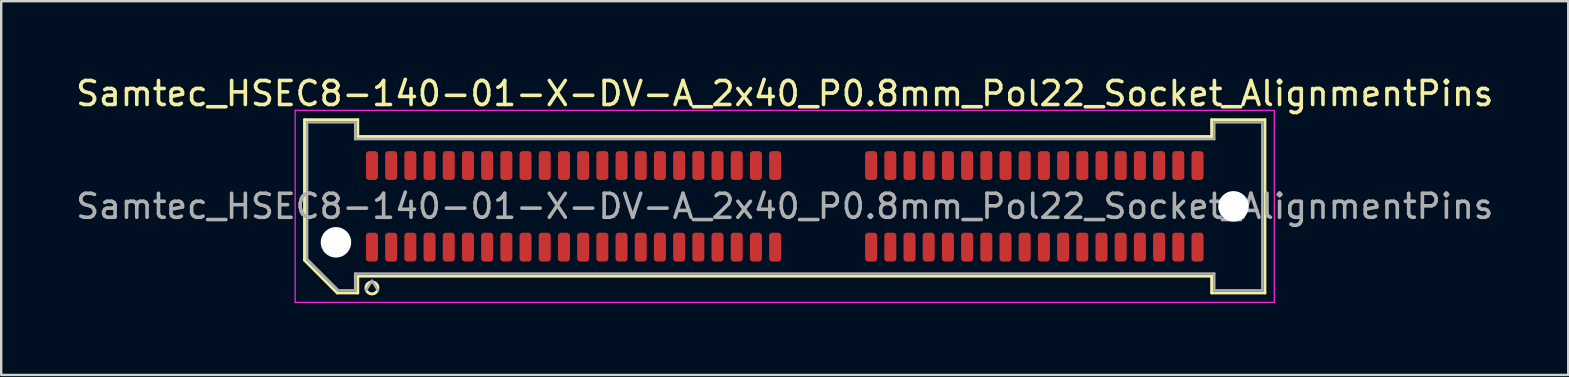
<source format=kicad_pcb>
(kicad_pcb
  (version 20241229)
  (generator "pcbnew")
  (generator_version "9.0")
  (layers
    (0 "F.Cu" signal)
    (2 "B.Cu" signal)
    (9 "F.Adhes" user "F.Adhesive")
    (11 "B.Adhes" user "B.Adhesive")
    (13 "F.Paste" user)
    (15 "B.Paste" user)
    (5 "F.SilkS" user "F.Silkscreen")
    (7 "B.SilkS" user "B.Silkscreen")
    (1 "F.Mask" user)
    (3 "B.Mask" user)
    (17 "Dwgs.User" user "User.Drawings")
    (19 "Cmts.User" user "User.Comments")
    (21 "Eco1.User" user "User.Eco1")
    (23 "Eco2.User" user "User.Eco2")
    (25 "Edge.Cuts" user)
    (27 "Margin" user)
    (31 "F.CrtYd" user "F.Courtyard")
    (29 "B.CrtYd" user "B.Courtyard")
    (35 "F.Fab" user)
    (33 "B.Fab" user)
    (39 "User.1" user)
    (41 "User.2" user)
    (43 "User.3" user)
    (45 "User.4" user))
  (footprint "Samtec_HSEC8-140-01-X-DV-A_2x40_P0.8mm_Pol22_Socket_AlignmentPins"
    (layer "F.Cu")
    (at 29.649 5.548)
    (property "Reference" "Samtec_HSEC8-140-01-X-DV-A_2x40_P0.8mm_Pol22_Socket_AlignmentPins" (at 0 -4.7 0) (layer "F.SilkS") (effects (font (size 1 1) (thickness 0.15))))
    (attr smd)
    (fp_line (start -20.01 -3.61) (end -17.79 -3.61) (stroke (width 0.12) (type solid)) (layer "F.SilkS"))
    (fp_line (start -20.01 2.246) (end -20.01 -3.61) (stroke (width 0.12) (type solid)) (layer "F.SilkS"))
    (fp_line (start -18.646 3.61) (end -20.01 2.246) (stroke (width 0.12) (type solid)) (layer "F.SilkS"))
    (fp_line (start -17.79 -3.61) (end -17.79 -2.91) (stroke (width 0.12) (type solid)) (layer "F.SilkS"))
    (fp_line (start -17.79 -2.91) (end 17.79 -2.91) (stroke (width 0.12) (type solid)) (layer "F.SilkS"))
    (fp_line (start -17.79 2.91) (end -17.79 3.61) (stroke (width 0.12) (type solid)) (layer "F.SilkS"))
    (fp_line (start -17.79 3.61) (end -18.646 3.61) (stroke (width 0.12) (type solid)) (layer "F.SilkS"))
    (fp_line (start 17.79 -3.61) (end 20.01 -3.61) (stroke (width 0.12) (type solid)) (layer "F.SilkS"))
    (fp_line (start 17.79 -2.91) (end 17.79 -3.61) (stroke (width 0.12) (type solid)) (layer "F.SilkS"))
    (fp_line (start 17.79 2.91) (end -17.79 2.91) (stroke (width 0.12) (type solid)) (layer "F.SilkS"))
    (fp_line (start 17.79 3.61) (end 17.79 2.91) (stroke (width 0.12) (type solid)) (layer "F.SilkS"))
    (fp_line (start 20.01 -3.61) (end 20.01 3.61) (stroke (width 0.12) (type solid)) (layer "F.SilkS"))
    (fp_line (start 20.01 3.61) (end 17.79 3.61) (stroke (width 0.12) (type solid)) (layer "F.SilkS"))
    (fp_arc (start -16.95 3.4) (mid -17.45 3.4) (end -16.95 3.4) (stroke (width 0.12) (type solid)) (layer "F.SilkS"))
    (fp_line (start -20.4 -4) (end -20.4 4) (stroke (width 0.05) (type solid)) (layer "F.CrtYd"))
    (fp_line (start -20.4 4) (end 20.4 4) (stroke (width 0.05) (type solid)) (layer "F.CrtYd"))
    (fp_line (start 20.4 -4) (end -20.4 -4) (stroke (width 0.05) (type solid)) (layer "F.CrtYd"))
    (fp_line (start 20.4 4) (end 20.4 -4) (stroke (width 0.05) (type solid)) (layer "F.CrtYd"))
    (fp_line (start -19.9 -3.5) (end -17.9 -3.5) (stroke (width 0.1) (type solid)) (layer "F.Fab"))
    (fp_line (start -19.9 2.2) (end -19.9 -3.5) (stroke (width 0.1) (type solid)) (layer "F.Fab"))
    (fp_line (start -18.6 3.5) (end -19.9 2.2) (stroke (width 0.1) (type solid)) (layer "F.Fab"))
    (fp_line (start -17.9 -3.5) (end -17.9 -2.8) (stroke (width 0.1) (type solid)) (layer "F.Fab"))
    (fp_line (start -17.9 -2.8) (end 17.9 -2.8) (stroke (width 0.1) (type solid)) (layer "F.Fab"))
    (fp_line (start -17.9 2.8) (end -17.9 3.5) (stroke (width 0.1) (type solid)) (layer "F.Fab"))
    (fp_line (start -17.9 3.5) (end -18.6 3.5) (stroke (width 0.1) (type solid)) (layer "F.Fab"))
    (fp_line (start -17.2 3.1) (end -17.45 3.5) (stroke (width 0.1) (type solid)) (layer "F.Fab"))
    (fp_line (start -17.2 3.1) (end -16.95 3.5) (stroke (width 0.1) (type solid)) (layer "F.Fab"))
    (fp_line (start 17.9 -3.5) (end 19.9 -3.5) (stroke (width 0.1) (type solid)) (layer "F.Fab"))
    (fp_line (start 17.9 -2.8) (end 17.9 -3.5) (stroke (width 0.1) (type solid)) (layer "F.Fab"))
    (fp_line (start 17.9 2.8) (end -17.9 2.8) (stroke (width 0.1) (type solid)) (layer "F.Fab"))
    (fp_line (start 17.9 3.5) (end 17.9 2.8) (stroke (width 0.1) (type solid)) (layer "F.Fab"))
    (fp_line (start 19.9 -3.5) (end 19.9 3.5) (stroke (width 0.1) (type solid)) (layer "F.Fab"))
    (fp_line (start 19.9 3.5) (end 17.9 3.5) (stroke (width 0.1) (type solid)) (layer "F.Fab"))
    (fp_text user "${REFERENCE}" (at 0 0 0) (layer "F.Fab") (effects (font (size 1 1) (thickness 0.15))))
    (pad "" np_thru_hole circle (at -18.7 1.5) (size 1.27 1.27) (drill 1.27) (layers "*.Cu" "*.Mask"))
    (pad "" np_thru_hole circle (at 18.7 0) (size 1.27 1.27) (drill 1.27) (layers "*.Cu" "*.Mask"))
    (pad "1" smd roundrect (at -17.2 1.7) (size 0.5 1.2) (layers "F.Cu" "F.Mask" "F.Paste") (roundrect_rratio 0.25))
    (pad "2" smd roundrect (at -17.2 -1.7) (size 0.5 1.2) (layers "F.Cu" "F.Mask" "F.Paste") (roundrect_rratio 0.25))
    (pad "3" smd roundrect (at -16.4 1.7) (size 0.5 1.2) (layers "F.Cu" "F.Mask" "F.Paste") (roundrect_rratio 0.25))
    (pad "4" smd roundrect (at -16.4 -1.7) (size 0.5 1.2) (layers "F.Cu" "F.Mask" "F.Paste") (roundrect_rratio 0.25))
    (pad "5" smd roundrect (at -15.6 1.7) (size 0.5 1.2) (layers "F.Cu" "F.Mask" "F.Paste") (roundrect_rratio 0.25))
    (pad "6" smd roundrect (at -15.6 -1.7) (size 0.5 1.2) (layers "F.Cu" "F.Mask" "F.Paste") (roundrect_rratio 0.25))
    (pad "7" smd roundrect (at -14.8 1.7) (size 0.5 1.2) (layers "F.Cu" "F.Mask" "F.Paste") (roundrect_rratio 0.25))
    (pad "8" smd roundrect (at -14.8 -1.7) (size 0.5 1.2) (layers "F.Cu" "F.Mask" "F.Paste") (roundrect_rratio 0.25))
    (pad "9" smd roundrect (at -14 1.7) (size 0.5 1.2) (layers "F.Cu" "F.Mask" "F.Paste") (roundrect_rratio 0.25))
    (pad "10" smd roundrect (at -14 -1.7) (size 0.5 1.2) (layers "F.Cu" "F.Mask" "F.Paste") (roundrect_rratio 0.25))
    (pad "11" smd roundrect (at -13.2 1.7) (size 0.5 1.2) (layers "F.Cu" "F.Mask" "F.Paste") (roundrect_rratio 0.25))
    (pad "12" smd roundrect (at -13.2 -1.7) (size 0.5 1.2) (layers "F.Cu" "F.Mask" "F.Paste") (roundrect_rratio 0.25))
    (pad "13" smd roundrect (at -12.4 1.7) (size 0.5 1.2) (layers "F.Cu" "F.Mask" "F.Paste") (roundrect_rratio 0.25))
    (pad "14" smd roundrect (at -12.4 -1.7) (size 0.5 1.2) (layers "F.Cu" "F.Mask" "F.Paste") (roundrect_rratio 0.25))
    (pad "15" smd roundrect (at -11.6 1.7) (size 0.5 1.2) (layers "F.Cu" "F.Mask" "F.Paste") (roundrect_rratio 0.25))
    (pad "16" smd roundrect (at -11.6 -1.7) (size 0.5 1.2) (layers "F.Cu" "F.Mask" "F.Paste") (roundrect_rratio 0.25))
    (pad "17" smd roundrect (at -10.8 1.7) (size 0.5 1.2) (layers "F.Cu" "F.Mask" "F.Paste") (roundrect_rratio 0.25))
    (pad "18" smd roundrect (at -10.8 -1.7) (size 0.5 1.2) (layers "F.Cu" "F.Mask" "F.Paste") (roundrect_rratio 0.25))
    (pad "19" smd roundrect (at -10 1.7) (size 0.5 1.2) (layers "F.Cu" "F.Mask" "F.Paste") (roundrect_rratio 0.25))
    (pad "20" smd roundrect (at -10 -1.7) (size 0.5 1.2) (layers "F.Cu" "F.Mask" "F.Paste") (roundrect_rratio 0.25))
    (pad "21" smd roundrect (at -9.2 1.7) (size 0.5 1.2) (layers "F.Cu" "F.Mask" "F.Paste") (roundrect_rratio 0.25))
    (pad "22" smd roundrect (at -9.2 -1.7) (size 0.5 1.2) (layers "F.Cu" "F.Mask" "F.Paste") (roundrect_rratio 0.25))
    (pad "23" smd roundrect (at -8.4 1.7) (size 0.5 1.2) (layers "F.Cu" "F.Mask" "F.Paste") (roundrect_rratio 0.25))
    (pad "24" smd roundrect (at -8.4 -1.7) (size 0.5 1.2) (layers "F.Cu" "F.Mask" "F.Paste") (roundrect_rratio 0.25))
    (pad "25" smd roundrect (at -7.6 1.7) (size 0.5 1.2) (layers "F.Cu" "F.Mask" "F.Paste") (roundrect_rratio 0.25))
    (pad "26" smd roundrect (at -7.6 -1.7) (size 0.5 1.2) (layers "F.Cu" "F.Mask" "F.Paste") (roundrect_rratio 0.25))
    (pad "27" smd roundrect (at -6.8 1.7) (size 0.5 1.2) (layers "F.Cu" "F.Mask" "F.Paste") (roundrect_rratio 0.25))
    (pad "28" smd roundrect (at -6.8 -1.7) (size 0.5 1.2) (layers "F.Cu" "F.Mask" "F.Paste") (roundrect_rratio 0.25))
    (pad "29" smd roundrect (at -6 1.7) (size 0.5 1.2) (layers "F.Cu" "F.Mask" "F.Paste") (roundrect_rratio 0.25))
    (pad "30" smd roundrect (at -6 -1.7) (size 0.5 1.2) (layers "F.Cu" "F.Mask" "F.Paste") (roundrect_rratio 0.25))
    (pad "31" smd roundrect (at -5.2 1.7) (size 0.5 1.2) (layers "F.Cu" "F.Mask" "F.Paste") (roundrect_rratio 0.25))
    (pad "32" smd roundrect (at -5.2 -1.7) (size 0.5 1.2) (layers "F.Cu" "F.Mask" "F.Paste") (roundrect_rratio 0.25))
    (pad "33" smd roundrect (at -4.4 1.7) (size 0.5 1.2) (layers "F.Cu" "F.Mask" "F.Paste") (roundrect_rratio 0.25))
    (pad "34" smd roundrect (at -4.4 -1.7) (size 0.5 1.2) (layers "F.Cu" "F.Mask" "F.Paste") (roundrect_rratio 0.25))
    (pad "35" smd roundrect (at -3.6 1.7) (size 0.5 1.2) (layers "F.Cu" "F.Mask" "F.Paste") (roundrect_rratio 0.25))
    (pad "36" smd roundrect (at -3.6 -1.7) (size 0.5 1.2) (layers "F.Cu" "F.Mask" "F.Paste") (roundrect_rratio 0.25))
    (pad "37" smd roundrect (at -2.8 1.7) (size 0.5 1.2) (layers "F.Cu" "F.Mask" "F.Paste") (roundrect_rratio 0.25))
    (pad "38" smd roundrect (at -2.8 -1.7) (size 0.5 1.2) (layers "F.Cu" "F.Mask" "F.Paste") (roundrect_rratio 0.25))
    (pad "39" smd roundrect (at -2 1.7) (size 0.5 1.2) (layers "F.Cu" "F.Mask" "F.Paste") (roundrect_rratio 0.25))
    (pad "40" smd roundrect (at -2 -1.7) (size 0.5 1.2) (layers "F.Cu" "F.Mask" "F.Paste") (roundrect_rratio 0.25))
    (pad "41" smd roundrect (at -1.2 1.7) (size 0.5 1.2) (layers "F.Cu" "F.Mask" "F.Paste") (roundrect_rratio 0.25))
    (pad "42" smd roundrect (at -1.2 -1.7) (size 0.5 1.2) (layers "F.Cu" "F.Mask" "F.Paste") (roundrect_rratio 0.25))
    (pad "43" smd roundrect (at -0.4 1.7) (size 0.5 1.2) (layers "F.Cu" "F.Mask" "F.Paste") (roundrect_rratio 0.25))
    (pad "44" smd roundrect (at -0.4 -1.7) (size 0.5 1.2) (layers "F.Cu" "F.Mask" "F.Paste") (roundrect_rratio 0.25))
    (pad "45" smd roundrect (at 3.6 1.7) (size 0.5 1.2) (layers "F.Cu" "F.Mask" "F.Paste") (roundrect_rratio 0.25))
    (pad "46" smd roundrect (at 3.6 -1.7) (size 0.5 1.2) (layers "F.Cu" "F.Mask" "F.Paste") (roundrect_rratio 0.25))
    (pad "47" smd roundrect (at 4.4 1.7) (size 0.5 1.2) (layers "F.Cu" "F.Mask" "F.Paste") (roundrect_rratio 0.25))
    (pad "48" smd roundrect (at 4.4 -1.7) (size 0.5 1.2) (layers "F.Cu" "F.Mask" "F.Paste") (roundrect_rratio 0.25))
    (pad "49" smd roundrect (at 5.2 1.7) (size 0.5 1.2) (layers "F.Cu" "F.Mask" "F.Paste") (roundrect_rratio 0.25))
    (pad "50" smd roundrect (at 5.2 -1.7) (size 0.5 1.2) (layers "F.Cu" "F.Mask" "F.Paste") (roundrect_rratio 0.25))
    (pad "51" smd roundrect (at 6 1.7) (size 0.5 1.2) (layers "F.Cu" "F.Mask" "F.Paste") (roundrect_rratio 0.25))
    (pad "52" smd roundrect (at 6 -1.7) (size 0.5 1.2) (layers "F.Cu" "F.Mask" "F.Paste") (roundrect_rratio 0.25))
    (pad "53" smd roundrect (at 6.8 1.7) (size 0.5 1.2) (layers "F.Cu" "F.Mask" "F.Paste") (roundrect_rratio 0.25))
    (pad "54" smd roundrect (at 6.8 -1.7) (size 0.5 1.2) (layers "F.Cu" "F.Mask" "F.Paste") (roundrect_rratio 0.25))
    (pad "55" smd roundrect (at 7.6 1.7) (size 0.5 1.2) (layers "F.Cu" "F.Mask" "F.Paste") (roundrect_rratio 0.25))
    (pad "56" smd roundrect (at 7.6 -1.7) (size 0.5 1.2) (layers "F.Cu" "F.Mask" "F.Paste") (roundrect_rratio 0.25))
    (pad "57" smd roundrect (at 8.4 1.7) (size 0.5 1.2) (layers "F.Cu" "F.Mask" "F.Paste") (roundrect_rratio 0.25))
    (pad "58" smd roundrect (at 8.4 -1.7) (size 0.5 1.2) (layers "F.Cu" "F.Mask" "F.Paste") (roundrect_rratio 0.25))
    (pad "59" smd roundrect (at 9.2 1.7) (size 0.5 1.2) (layers "F.Cu" "F.Mask" "F.Paste") (roundrect_rratio 0.25))
    (pad "60" smd roundrect (at 9.2 -1.7) (size 0.5 1.2) (layers "F.Cu" "F.Mask" "F.Paste") (roundrect_rratio 0.25))
    (pad "61" smd roundrect (at 10 1.7) (size 0.5 1.2) (layers "F.Cu" "F.Mask" "F.Paste") (roundrect_rratio 0.25))
    (pad "62" smd roundrect (at 10 -1.7) (size 0.5 1.2) (layers "F.Cu" "F.Mask" "F.Paste") (roundrect_rratio 0.25))
    (pad "63" smd roundrect (at 10.8 1.7) (size 0.5 1.2) (layers "F.Cu" "F.Mask" "F.Paste") (roundrect_rratio 0.25))
    (pad "64" smd roundrect (at 10.8 -1.7) (size 0.5 1.2) (layers "F.Cu" "F.Mask" "F.Paste") (roundrect_rratio 0.25))
    (pad "65" smd roundrect (at 11.6 1.7) (size 0.5 1.2) (layers "F.Cu" "F.Mask" "F.Paste") (roundrect_rratio 0.25))
    (pad "66" smd roundrect (at 11.6 -1.7) (size 0.5 1.2) (layers "F.Cu" "F.Mask" "F.Paste") (roundrect_rratio 0.25))
    (pad "67" smd roundrect (at 12.4 1.7) (size 0.5 1.2) (layers "F.Cu" "F.Mask" "F.Paste") (roundrect_rratio 0.25))
    (pad "68" smd roundrect (at 12.4 -1.7) (size 0.5 1.2) (layers "F.Cu" "F.Mask" "F.Paste") (roundrect_rratio 0.25))
    (pad "69" smd roundrect (at 13.2 1.7) (size 0.5 1.2) (layers "F.Cu" "F.Mask" "F.Paste") (roundrect_rratio 0.25))
    (pad "70" smd roundrect (at 13.2 -1.7) (size 0.5 1.2) (layers "F.Cu" "F.Mask" "F.Paste") (roundrect_rratio 0.25))
    (pad "71" smd roundrect (at 14 1.7) (size 0.5 1.2) (layers "F.Cu" "F.Mask" "F.Paste") (roundrect_rratio 0.25))
    (pad "72" smd roundrect (at 14 -1.7) (size 0.5 1.2) (layers "F.Cu" "F.Mask" "F.Paste") (roundrect_rratio 0.25))
    (pad "73" smd roundrect (at 14.8 1.7) (size 0.5 1.2) (layers "F.Cu" "F.Mask" "F.Paste") (roundrect_rratio 0.25))
    (pad "74" smd roundrect (at 14.8 -1.7) (size 0.5 1.2) (layers "F.Cu" "F.Mask" "F.Paste") (roundrect_rratio 0.25))
    (pad "75" smd roundrect (at 15.6 1.7) (size 0.5 1.2) (layers "F.Cu" "F.Mask" "F.Paste") (roundrect_rratio 0.25))
    (pad "76" smd roundrect (at 15.6 -1.7) (size 0.5 1.2) (layers "F.Cu" "F.Mask" "F.Paste") (roundrect_rratio 0.25))
    (pad "77" smd roundrect (at 16.4 1.7) (size 0.5 1.2) (layers "F.Cu" "F.Mask" "F.Paste") (roundrect_rratio 0.25))
    (pad "78" smd roundrect (at 16.4 -1.7) (size 0.5 1.2) (layers "F.Cu" "F.Mask" "F.Paste") (roundrect_rratio 0.25))
    (pad "79" smd roundrect (at 17.2 1.7) (size 0.5 1.2) (layers "F.Cu" "F.Mask" "F.Paste") (roundrect_rratio 0.25))
    (pad "80" smd roundrect (at 17.2 -1.7) (size 0.5 1.2) (layers "F.Cu" "F.Mask" "F.Paste") (roundrect_rratio 0.25)))
  (gr_rect
    (start -3 -3)
    (end 62.298 12.573)
    (stroke (width 0.1) (type default))
    (fill no)
    (layer "Edge.Cuts")))
</source>
